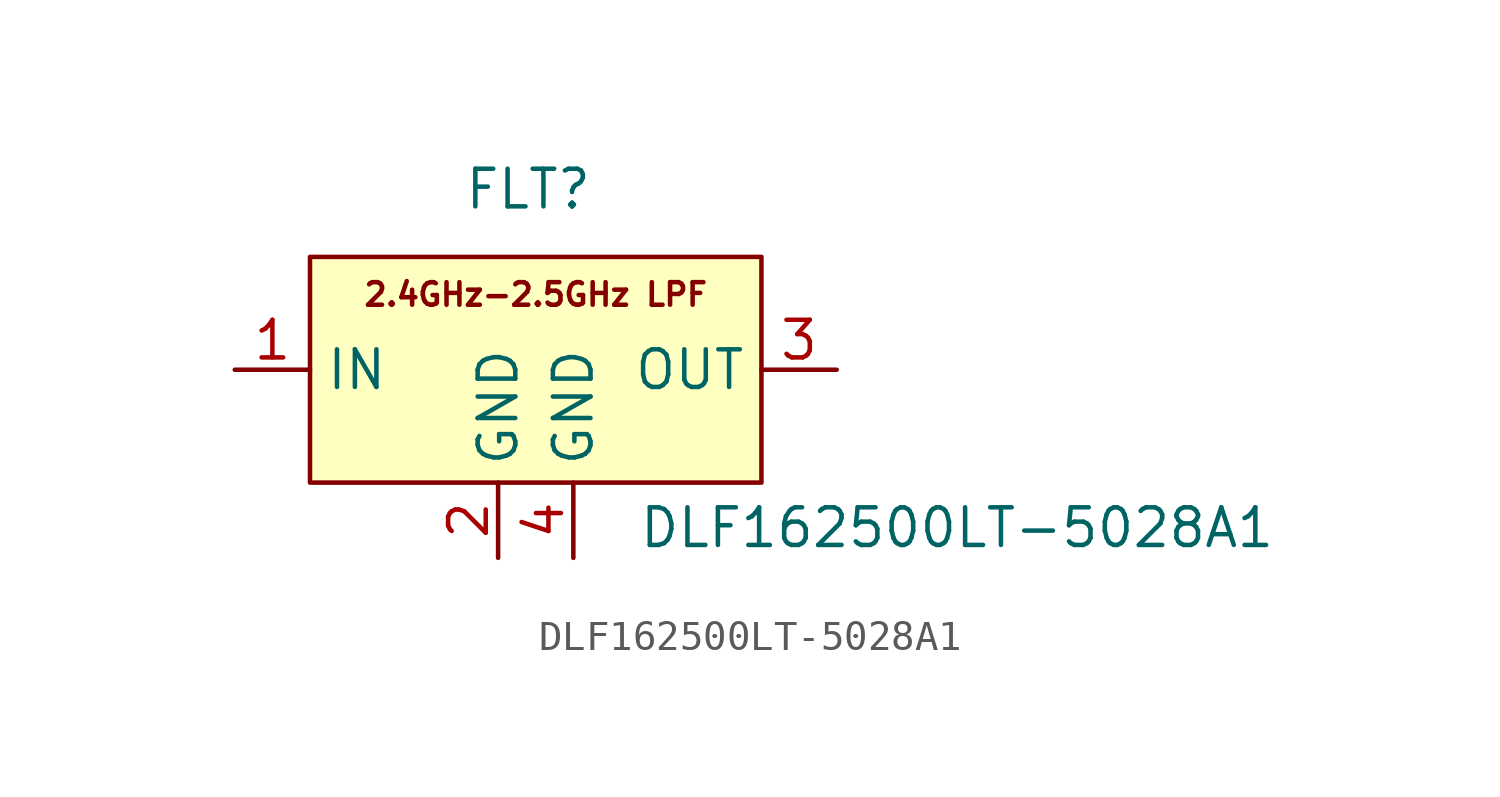
<source format=kicad_sym>
(kicad_symbol_lib
  (version 20231120)
  (generator "kicad_symbol_editor")
  (generator_version "8.0")
  (symbol "DLF162500LT-5028A1"
    (property "Reference" "FLT"
      (at -0.254 6.096 0)
      (effects (font (size 1.27 1.27))))
    (property "Value" "DLF162500LT-5028A1"
      (at 14.224 -5.334 0)
      (effects (font (size 1.27 1.27))))
    (symbol "DLF162500LT-5028A1_0_0"
      (pin passive line (at -1.27 -6.35 90) (length 2.54) (name "GND" (effects (font (size 1.27 1.27)))) (number "2" (effects (font (size 1.27 1.27)))))
      (pin passive line (at 10.16 0 180) (length 2.54) (name "OUT" (effects (font (size 1.27 1.27)))) (number "3" (effects (font (size 1.27 1.27)))))
      (pin passive line (at 1.27 -6.35 90) (length 2.54) (name "GND" (effects (font (size 1.27 1.27)))) (number "4" (effects (font (size 1.27 1.27))))))
    (symbol "DLF162500LT-5028A1_1_0"
      (pin passive line (at -10.16 0 0) (length 2.54) (name "IN" (effects (font (size 1.27 1.27)))) (number "1" (effects (font (size 1.27 1.27))))))
    (symbol "DLF162500LT-5028A1_1_1"
      (rectangle (start -7.62 3.81) (end 7.62 -3.81) (stroke (width 0) (type default)) (fill (type background)))
      (text "2.4GHz-2.5GHz LPF" (at 0 2.54 0) (effects (font (size 0.762 0.762)))))))
</source>
